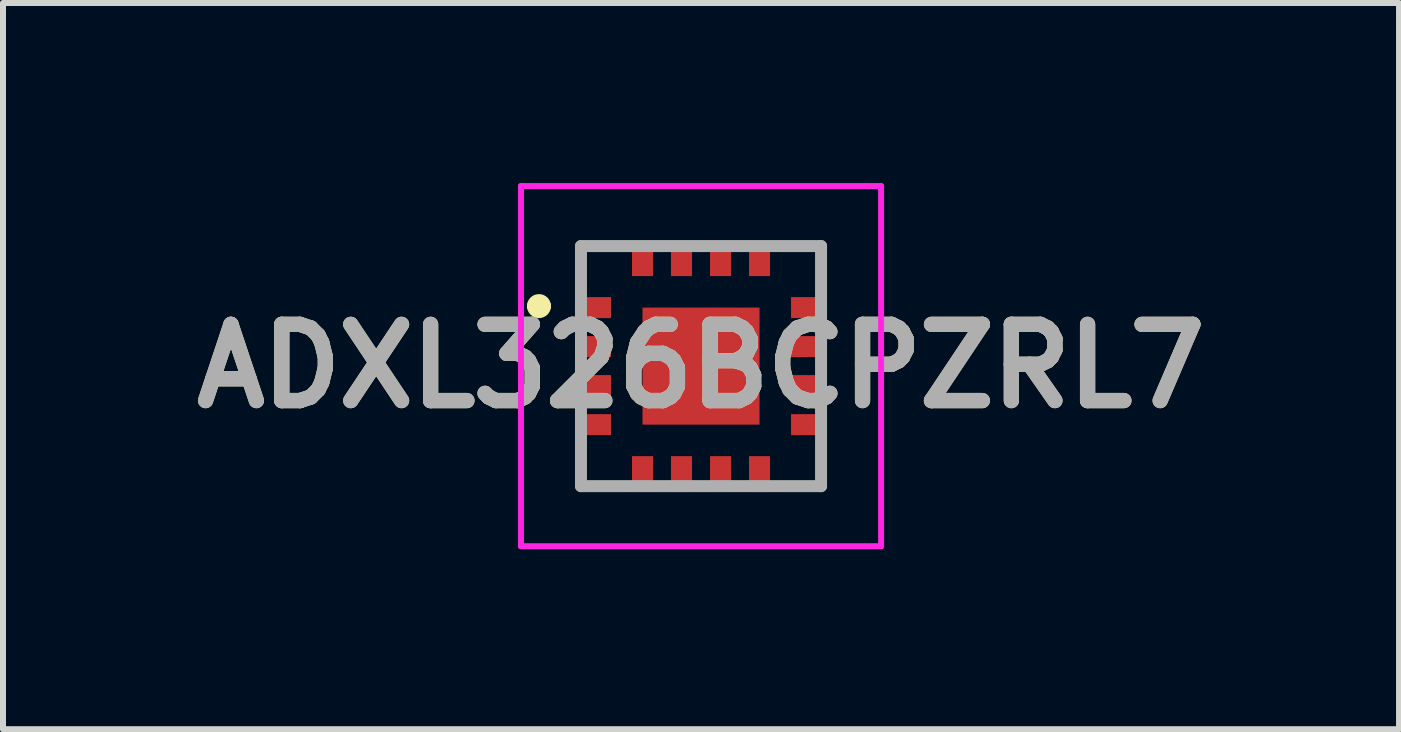
<source format=kicad_pcb>
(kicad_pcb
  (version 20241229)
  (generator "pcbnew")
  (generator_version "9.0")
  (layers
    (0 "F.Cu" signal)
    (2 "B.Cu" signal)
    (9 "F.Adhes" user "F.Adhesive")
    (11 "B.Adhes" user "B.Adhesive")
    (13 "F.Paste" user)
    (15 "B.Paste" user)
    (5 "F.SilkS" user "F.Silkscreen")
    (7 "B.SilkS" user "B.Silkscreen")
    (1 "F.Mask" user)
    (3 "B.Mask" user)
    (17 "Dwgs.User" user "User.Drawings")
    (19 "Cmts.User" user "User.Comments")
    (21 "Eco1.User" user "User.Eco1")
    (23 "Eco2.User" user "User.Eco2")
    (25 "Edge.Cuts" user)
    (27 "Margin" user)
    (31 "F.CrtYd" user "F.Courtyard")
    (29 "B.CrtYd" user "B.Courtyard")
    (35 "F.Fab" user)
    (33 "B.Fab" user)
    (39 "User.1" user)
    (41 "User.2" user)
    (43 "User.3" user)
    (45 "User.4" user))
  (footprint "ADXL326BCPZRL7"
    (layer "F.Cu")
    (at 8.63 3.05)
    (property "Reference" "ADXL326BCPZRL7" (at 0 0 0) (layer "F.SilkS") (effects (font (size 1.27 1.27) (thickness 0.254))))
    (attr smd)
    (fp_line (start -2.8 -1) (end -2.8 -1) (stroke (width 0.2) (type solid)) (layer "F.SilkS"))
    (fp_line (start -2.6 -1) (end -2.6 -1) (stroke (width 0.2) (type solid)) (layer "F.SilkS"))
    (fp_line (start -2 -2) (end -1.5 -2) (stroke (width 0.1) (type solid)) (layer "F.SilkS"))
    (fp_line (start -2 -1.5) (end -2 -2) (stroke (width 0.1) (type solid)) (layer "F.SilkS"))
    (fp_line (start -2 1.5) (end -2 2) (stroke (width 0.1) (type solid)) (layer "F.SilkS"))
    (fp_line (start -2 2) (end -1.5 2) (stroke (width 0.1) (type solid)) (layer "F.SilkS"))
    (fp_line (start 1.5 -2) (end 2 -2) (stroke (width 0.1) (type solid)) (layer "F.SilkS"))
    (fp_line (start 1.5 2) (end 2 2) (stroke (width 0.1) (type solid)) (layer "F.SilkS"))
    (fp_line (start 2 -2) (end 1.998 -1.5) (stroke (width 0.1) (type solid)) (layer "F.SilkS"))
    (fp_line (start 2 2) (end 1.998 1.5) (stroke (width 0.1) (type solid)) (layer "F.SilkS"))
    (fp_arc (start -2.8 -1) (mid -2.7 -1.1) (end -2.6 -1) (stroke (width 0.2) (type solid)) (layer "F.SilkS"))
    (fp_arc (start -2.6 -1) (mid -2.7 -0.9) (end -2.8 -1) (stroke (width 0.2) (type solid)) (layer "F.SilkS"))
    (fp_line (start -3 -3) (end 3 -3) (stroke (width 0.1) (type solid)) (layer "F.CrtYd"))
    (fp_line (start -3 3) (end -3 -3) (stroke (width 0.1) (type solid)) (layer "F.CrtYd"))
    (fp_line (start 3 -3) (end 3 3) (stroke (width 0.1) (type solid)) (layer "F.CrtYd"))
    (fp_line (start 3 3) (end -3 3) (stroke (width 0.1) (type solid)) (layer "F.CrtYd"))
    (fp_line (start -2 -2) (end 2 -2) (stroke (width 0.2) (type solid)) (layer "F.Fab"))
    (fp_line (start -2 2) (end -2 -2) (stroke (width 0.2) (type solid)) (layer "F.Fab"))
    (fp_line (start 2 -2) (end 2 2) (stroke (width 0.2) (type solid)) (layer "F.Fab"))
    (fp_line (start 2 2) (end -2 2) (stroke (width 0.2) (type solid)) (layer "F.Fab"))
    (fp_text user "${REFERENCE}" (at 0 0 0) (layer "F.Fab") (effects (font (size 1.27 1.27) (thickness 0.254))))
    (pad "1" smd rect (at -1.75 -0.975 90) (size 0.35 0.5) (layers "F.Cu" "F.Mask" "F.Paste"))
    (pad "2" smd rect (at -1.75 -0.325 90) (size 0.35 0.5) (layers "F.Cu" "F.Mask" "F.Paste"))
    (pad "3" smd rect (at -1.75 0.325 90) (size 0.35 0.5) (layers "F.Cu" "F.Mask" "F.Paste"))
    (pad "4" smd rect (at -1.75 0.975 90) (size 0.35 0.5) (layers "F.Cu" "F.Mask" "F.Paste"))
    (pad "5" smd rect (at -0.975 1.75) (size 0.35 0.5) (layers "F.Cu" "F.Mask" "F.Paste"))
    (pad "6" smd rect (at -0.325 1.75) (size 0.35 0.5) (layers "F.Cu" "F.Mask" "F.Paste"))
    (pad "7" smd rect (at 0.325 1.75) (size 0.35 0.5) (layers "F.Cu" "F.Mask" "F.Paste"))
    (pad "8" smd rect (at 0.975 1.75) (size 0.35 0.5) (layers "F.Cu" "F.Mask" "F.Paste"))
    (pad "9" smd rect (at 1.75 0.975 90) (size 0.35 0.5) (layers "F.Cu" "F.Mask" "F.Paste"))
    (pad "10" smd rect (at 1.75 0.325 90) (size 0.35 0.5) (layers "F.Cu" "F.Mask" "F.Paste"))
    (pad "11" smd rect (at 1.75 -0.325 90) (size 0.35 0.5) (layers "F.Cu" "F.Mask" "F.Paste"))
    (pad "12" smd rect (at 1.75 -0.975 90) (size 0.35 0.5) (layers "F.Cu" "F.Mask" "F.Paste"))
    (pad "13" smd rect (at 0.975 -1.75) (size 0.35 0.5) (layers "F.Cu" "F.Mask" "F.Paste"))
    (pad "14" smd rect (at 0.325 -1.75) (size 0.35 0.5) (layers "F.Cu" "F.Mask" "F.Paste"))
    (pad "15" smd rect (at -0.325 -1.75) (size 0.35 0.5) (layers "F.Cu" "F.Mask" "F.Paste"))
    (pad "16" smd rect (at -0.975 -1.75) (size 0.35 0.5) (layers "F.Cu" "F.Mask" "F.Paste"))
    (pad "17" smd rect (at 0 0) (size 1.95 1.95) (layers "F.Cu" "F.Mask" "F.Paste")))
  (gr_rect
    (start -3 -3)
    (end 20.26 9.1)
    (stroke (width 0.1) (type default))
    (fill no)
    (layer "Edge.Cuts")))
</source>
